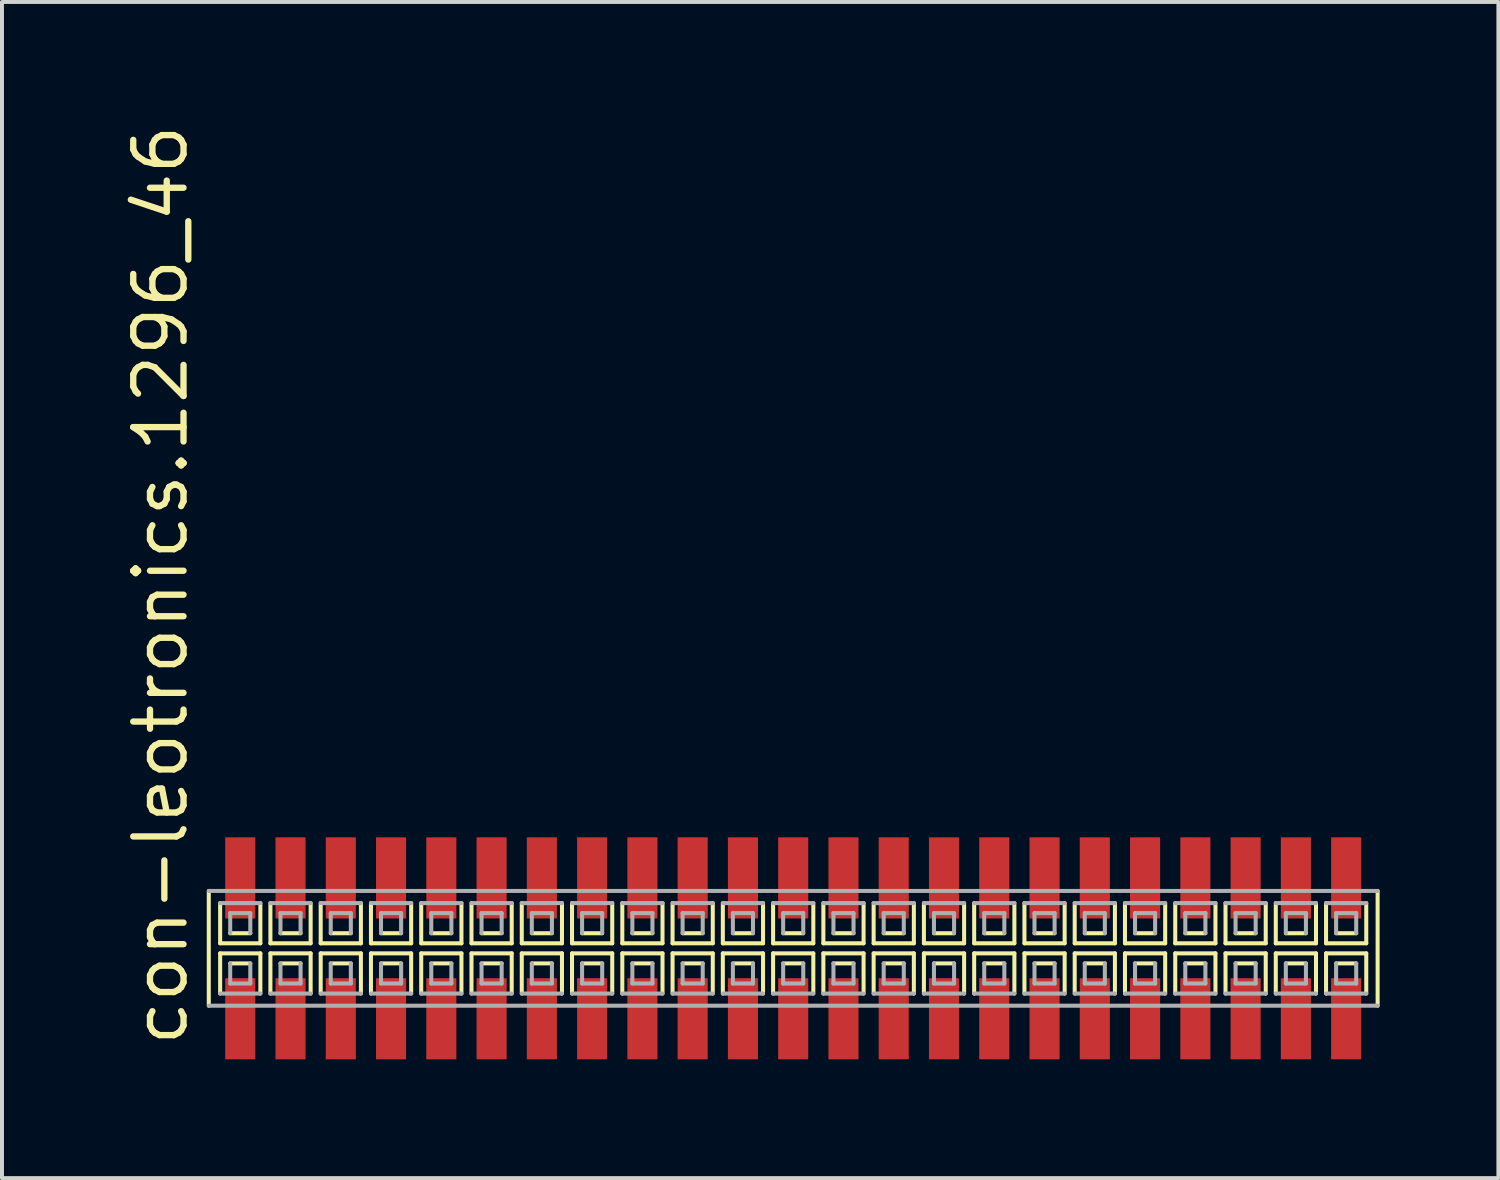
<source format=kicad_pcb>
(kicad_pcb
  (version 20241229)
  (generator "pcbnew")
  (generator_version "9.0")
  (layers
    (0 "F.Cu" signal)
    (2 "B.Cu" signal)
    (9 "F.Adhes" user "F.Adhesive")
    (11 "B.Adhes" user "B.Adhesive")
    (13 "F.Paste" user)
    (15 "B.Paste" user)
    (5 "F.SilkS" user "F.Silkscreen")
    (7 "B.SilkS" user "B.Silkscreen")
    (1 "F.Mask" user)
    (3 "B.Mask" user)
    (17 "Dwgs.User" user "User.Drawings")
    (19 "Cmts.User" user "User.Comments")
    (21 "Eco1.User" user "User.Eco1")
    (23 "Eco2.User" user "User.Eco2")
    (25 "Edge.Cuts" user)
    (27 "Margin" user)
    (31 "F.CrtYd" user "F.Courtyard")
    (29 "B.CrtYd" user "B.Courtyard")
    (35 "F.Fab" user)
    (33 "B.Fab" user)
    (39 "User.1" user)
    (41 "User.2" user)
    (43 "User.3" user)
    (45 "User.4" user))
  (footprint "con-leotronics.1296_46"
    (layer "F.Cu")
    (at 16.99 20.909)
    (property "Reference" "con-leotronics.1296_46" (at -15.24 2.54 90) (layer "F.SilkS") (effects (font (size 1.27 1.27) (thickness 0.16)) (justify left bottom)))
    (attr smd)
    (fp_line (start -14.765 -1.45) (end -14.765 1.45) (stroke (width 0.102) (type default)) (layer "F.SilkS"))
    (fp_line (start -14.478 -1.143) (end -14.478 -0.127) (stroke (width 0.102) (type default)) (layer "F.SilkS"))
    (fp_line (start -14.478 -0.127) (end -13.462 -0.127) (stroke (width 0.102) (type default)) (layer "F.SilkS"))
    (fp_line (start -14.478 0.127) (end -14.478 1.143) (stroke (width 0.102) (type default)) (layer "F.SilkS"))
    (fp_line (start -14.224 -0.381) (end -13.716 -0.381) (stroke (width 0.102) (type default)) (layer "F.SilkS"))
    (fp_line (start -13.716 0.381) (end -14.224 0.381) (stroke (width 0.102) (type default)) (layer "F.SilkS"))
    (fp_line (start -13.462 -0.127) (end -13.462 -1.143) (stroke (width 0.102) (type default)) (layer "F.SilkS"))
    (fp_line (start -13.462 0.127) (end -14.478 0.127) (stroke (width 0.102) (type default)) (layer "F.SilkS"))
    (fp_line (start -13.462 1.143) (end -13.462 0.127) (stroke (width 0.102) (type default)) (layer "F.SilkS"))
    (fp_line (start -13.208 -1.143) (end -13.208 -0.127) (stroke (width 0.102) (type default)) (layer "F.SilkS"))
    (fp_line (start -13.208 -0.127) (end -12.192 -0.127) (stroke (width 0.102) (type default)) (layer "F.SilkS"))
    (fp_line (start -13.208 0.127) (end -13.208 1.143) (stroke (width 0.102) (type default)) (layer "F.SilkS"))
    (fp_line (start -12.954 -0.381) (end -12.446 -0.381) (stroke (width 0.102) (type default)) (layer "F.SilkS"))
    (fp_line (start -12.446 0.381) (end -12.954 0.381) (stroke (width 0.102) (type default)) (layer "F.SilkS"))
    (fp_line (start -12.192 -0.127) (end -12.192 -1.143) (stroke (width 0.102) (type default)) (layer "F.SilkS"))
    (fp_line (start -12.192 0.127) (end -13.208 0.127) (stroke (width 0.102) (type default)) (layer "F.SilkS"))
    (fp_line (start -12.192 1.143) (end -12.192 0.127) (stroke (width 0.102) (type default)) (layer "F.SilkS"))
    (fp_line (start -11.938 -1.143) (end -11.938 -0.127) (stroke (width 0.102) (type default)) (layer "F.SilkS"))
    (fp_line (start -11.938 -0.127) (end -10.922 -0.127) (stroke (width 0.102) (type default)) (layer "F.SilkS"))
    (fp_line (start -11.938 0.127) (end -11.938 1.143) (stroke (width 0.102) (type default)) (layer "F.SilkS"))
    (fp_line (start -11.684 -0.381) (end -11.176 -0.381) (stroke (width 0.102) (type default)) (layer "F.SilkS"))
    (fp_line (start -11.176 0.381) (end -11.684 0.381) (stroke (width 0.102) (type default)) (layer "F.SilkS"))
    (fp_line (start -10.922 -0.127) (end -10.922 -1.143) (stroke (width 0.102) (type default)) (layer "F.SilkS"))
    (fp_line (start -10.922 0.127) (end -11.938 0.127) (stroke (width 0.102) (type default)) (layer "F.SilkS"))
    (fp_line (start -10.922 1.143) (end -10.922 0.127) (stroke (width 0.102) (type default)) (layer "F.SilkS"))
    (fp_line (start -10.668 -1.143) (end -10.668 -0.127) (stroke (width 0.102) (type default)) (layer "F.SilkS"))
    (fp_line (start -10.668 -0.127) (end -9.652 -0.127) (stroke (width 0.102) (type default)) (layer "F.SilkS"))
    (fp_line (start -10.668 0.127) (end -10.668 1.143) (stroke (width 0.102) (type default)) (layer "F.SilkS"))
    (fp_line (start -10.414 -0.381) (end -9.906 -0.381) (stroke (width 0.102) (type default)) (layer "F.SilkS"))
    (fp_line (start -9.906 0.381) (end -10.414 0.381) (stroke (width 0.102) (type default)) (layer "F.SilkS"))
    (fp_line (start -9.652 -0.127) (end -9.652 -1.143) (stroke (width 0.102) (type default)) (layer "F.SilkS"))
    (fp_line (start -9.652 0.127) (end -10.668 0.127) (stroke (width 0.102) (type default)) (layer "F.SilkS"))
    (fp_line (start -9.652 1.143) (end -9.652 0.127) (stroke (width 0.102) (type default)) (layer "F.SilkS"))
    (fp_line (start -9.398 -1.143) (end -9.398 -0.127) (stroke (width 0.102) (type default)) (layer "F.SilkS"))
    (fp_line (start -9.398 -0.127) (end -8.382 -0.127) (stroke (width 0.102) (type default)) (layer "F.SilkS"))
    (fp_line (start -9.398 0.127) (end -9.398 1.143) (stroke (width 0.102) (type default)) (layer "F.SilkS"))
    (fp_line (start -9.144 -0.381) (end -8.636 -0.381) (stroke (width 0.102) (type default)) (layer "F.SilkS"))
    (fp_line (start -8.636 0.381) (end -9.144 0.381) (stroke (width 0.102) (type default)) (layer "F.SilkS"))
    (fp_line (start -8.382 -0.127) (end -8.382 -1.143) (stroke (width 0.102) (type default)) (layer "F.SilkS"))
    (fp_line (start -8.382 0.127) (end -9.398 0.127) (stroke (width 0.102) (type default)) (layer "F.SilkS"))
    (fp_line (start -8.382 1.143) (end -8.382 0.127) (stroke (width 0.102) (type default)) (layer "F.SilkS"))
    (fp_line (start -8.128 -1.143) (end -8.128 -0.127) (stroke (width 0.102) (type default)) (layer "F.SilkS"))
    (fp_line (start -8.128 -0.127) (end -7.112 -0.127) (stroke (width 0.102) (type default)) (layer "F.SilkS"))
    (fp_line (start -8.128 0.127) (end -8.128 1.143) (stroke (width 0.102) (type default)) (layer "F.SilkS"))
    (fp_line (start -7.874 -0.381) (end -7.366 -0.381) (stroke (width 0.102) (type default)) (layer "F.SilkS"))
    (fp_line (start -7.366 0.381) (end -7.874 0.381) (stroke (width 0.102) (type default)) (layer "F.SilkS"))
    (fp_line (start -7.112 -0.127) (end -7.112 -1.143) (stroke (width 0.102) (type default)) (layer "F.SilkS"))
    (fp_line (start -7.112 0.127) (end -8.128 0.127) (stroke (width 0.102) (type default)) (layer "F.SilkS"))
    (fp_line (start -7.112 1.143) (end -7.112 0.127) (stroke (width 0.102) (type default)) (layer "F.SilkS"))
    (fp_line (start -6.858 -1.143) (end -6.858 -0.127) (stroke (width 0.102) (type default)) (layer "F.SilkS"))
    (fp_line (start -6.858 -0.127) (end -5.842 -0.127) (stroke (width 0.102) (type default)) (layer "F.SilkS"))
    (fp_line (start -6.858 0.127) (end -6.858 1.143) (stroke (width 0.102) (type default)) (layer "F.SilkS"))
    (fp_line (start -6.604 -0.381) (end -6.096 -0.381) (stroke (width 0.102) (type default)) (layer "F.SilkS"))
    (fp_line (start -6.096 0.381) (end -6.604 0.381) (stroke (width 0.102) (type default)) (layer "F.SilkS"))
    (fp_line (start -5.842 -0.127) (end -5.842 -1.143) (stroke (width 0.102) (type default)) (layer "F.SilkS"))
    (fp_line (start -5.842 0.127) (end -6.858 0.127) (stroke (width 0.102) (type default)) (layer "F.SilkS"))
    (fp_line (start -5.842 1.143) (end -5.842 0.127) (stroke (width 0.102) (type default)) (layer "F.SilkS"))
    (fp_line (start -5.588 -1.143) (end -5.588 -0.127) (stroke (width 0.102) (type default)) (layer "F.SilkS"))
    (fp_line (start -5.588 -0.127) (end -4.572 -0.127) (stroke (width 0.102) (type default)) (layer "F.SilkS"))
    (fp_line (start -5.588 0.127) (end -5.588 1.143) (stroke (width 0.102) (type default)) (layer "F.SilkS"))
    (fp_line (start -5.334 -0.381) (end -4.826 -0.381) (stroke (width 0.102) (type default)) (layer "F.SilkS"))
    (fp_line (start -4.826 0.381) (end -5.334 0.381) (stroke (width 0.102) (type default)) (layer "F.SilkS"))
    (fp_line (start -4.572 -0.127) (end -4.572 -1.143) (stroke (width 0.102) (type default)) (layer "F.SilkS"))
    (fp_line (start -4.572 0.127) (end -5.588 0.127) (stroke (width 0.102) (type default)) (layer "F.SilkS"))
    (fp_line (start -4.572 1.143) (end -4.572 0.127) (stroke (width 0.102) (type default)) (layer "F.SilkS"))
    (fp_line (start -4.318 -1.143) (end -4.318 -0.127) (stroke (width 0.102) (type default)) (layer "F.SilkS"))
    (fp_line (start -4.318 -0.127) (end -3.302 -0.127) (stroke (width 0.102) (type default)) (layer "F.SilkS"))
    (fp_line (start -4.318 0.127) (end -4.318 1.143) (stroke (width 0.102) (type default)) (layer "F.SilkS"))
    (fp_line (start -4.064 -0.381) (end -3.556 -0.381) (stroke (width 0.102) (type default)) (layer "F.SilkS"))
    (fp_line (start -3.556 0.381) (end -4.064 0.381) (stroke (width 0.102) (type default)) (layer "F.SilkS"))
    (fp_line (start -3.302 -0.127) (end -3.302 -1.143) (stroke (width 0.102) (type default)) (layer "F.SilkS"))
    (fp_line (start -3.302 0.127) (end -4.318 0.127) (stroke (width 0.102) (type default)) (layer "F.SilkS"))
    (fp_line (start -3.302 1.143) (end -3.302 0.127) (stroke (width 0.102) (type default)) (layer "F.SilkS"))
    (fp_line (start -3.048 -1.143) (end -3.048 -0.127) (stroke (width 0.102) (type default)) (layer "F.SilkS"))
    (fp_line (start -3.048 -0.127) (end -2.032 -0.127) (stroke (width 0.102) (type default)) (layer "F.SilkS"))
    (fp_line (start -3.048 0.127) (end -3.048 1.143) (stroke (width 0.102) (type default)) (layer "F.SilkS"))
    (fp_line (start -2.794 -0.381) (end -2.286 -0.381) (stroke (width 0.102) (type default)) (layer "F.SilkS"))
    (fp_line (start -2.286 0.381) (end -2.794 0.381) (stroke (width 0.102) (type default)) (layer "F.SilkS"))
    (fp_line (start -2.032 -0.127) (end -2.032 -1.143) (stroke (width 0.102) (type default)) (layer "F.SilkS"))
    (fp_line (start -2.032 0.127) (end -3.048 0.127) (stroke (width 0.102) (type default)) (layer "F.SilkS"))
    (fp_line (start -2.032 1.143) (end -2.032 0.127) (stroke (width 0.102) (type default)) (layer "F.SilkS"))
    (fp_line (start -1.778 -1.143) (end -1.778 -0.127) (stroke (width 0.102) (type default)) (layer "F.SilkS"))
    (fp_line (start -1.778 -0.127) (end -0.762 -0.127) (stroke (width 0.102) (type default)) (layer "F.SilkS"))
    (fp_line (start -1.778 0.127) (end -1.778 1.143) (stroke (width 0.102) (type default)) (layer "F.SilkS"))
    (fp_line (start -1.524 -0.381) (end -1.016 -0.381) (stroke (width 0.102) (type default)) (layer "F.SilkS"))
    (fp_line (start -1.016 0.381) (end -1.524 0.381) (stroke (width 0.102) (type default)) (layer "F.SilkS"))
    (fp_line (start -0.762 -0.127) (end -0.762 -1.143) (stroke (width 0.102) (type default)) (layer "F.SilkS"))
    (fp_line (start -0.762 0.127) (end -1.778 0.127) (stroke (width 0.102) (type default)) (layer "F.SilkS"))
    (fp_line (start -0.762 1.143) (end -0.762 0.127) (stroke (width 0.102) (type default)) (layer "F.SilkS"))
    (fp_line (start -0.508 -1.143) (end -0.508 -0.127) (stroke (width 0.102) (type default)) (layer "F.SilkS"))
    (fp_line (start -0.508 -0.127) (end 0.508 -0.127) (stroke (width 0.102) (type default)) (layer "F.SilkS"))
    (fp_line (start -0.508 0.127) (end -0.508 1.143) (stroke (width 0.102) (type default)) (layer "F.SilkS"))
    (fp_line (start -0.254 -0.381) (end 0.254 -0.381) (stroke (width 0.102) (type default)) (layer "F.SilkS"))
    (fp_line (start 0.254 0.381) (end -0.254 0.381) (stroke (width 0.102) (type default)) (layer "F.SilkS"))
    (fp_line (start 0.508 -0.127) (end 0.508 -1.143) (stroke (width 0.102) (type default)) (layer "F.SilkS"))
    (fp_line (start 0.508 0.127) (end -0.508 0.127) (stroke (width 0.102) (type default)) (layer "F.SilkS"))
    (fp_line (start 0.508 1.143) (end 0.508 0.127) (stroke (width 0.102) (type default)) (layer "F.SilkS"))
    (fp_line (start 0.762 -1.143) (end 0.762 -0.127) (stroke (width 0.102) (type default)) (layer "F.SilkS"))
    (fp_line (start 0.762 -0.127) (end 1.778 -0.127) (stroke (width 0.102) (type default)) (layer "F.SilkS"))
    (fp_line (start 0.762 0.127) (end 0.762 1.143) (stroke (width 0.102) (type default)) (layer "F.SilkS"))
    (fp_line (start 1.016 -0.381) (end 1.524 -0.381) (stroke (width 0.102) (type default)) (layer "F.SilkS"))
    (fp_line (start 1.524 0.381) (end 1.016 0.381) (stroke (width 0.102) (type default)) (layer "F.SilkS"))
    (fp_line (start 1.778 -0.127) (end 1.778 -1.143) (stroke (width 0.102) (type default)) (layer "F.SilkS"))
    (fp_line (start 1.778 0.127) (end 0.762 0.127) (stroke (width 0.102) (type default)) (layer "F.SilkS"))
    (fp_line (start 1.778 1.143) (end 1.778 0.127) (stroke (width 0.102) (type default)) (layer "F.SilkS"))
    (fp_line (start 2.032 -1.143) (end 2.032 -0.127) (stroke (width 0.102) (type default)) (layer "F.SilkS"))
    (fp_line (start 2.032 -0.127) (end 3.048 -0.127) (stroke (width 0.102) (type default)) (layer "F.SilkS"))
    (fp_line (start 2.032 0.127) (end 2.032 1.143) (stroke (width 0.102) (type default)) (layer "F.SilkS"))
    (fp_line (start 2.286 -0.381) (end 2.794 -0.381) (stroke (width 0.102) (type default)) (layer "F.SilkS"))
    (fp_line (start 2.794 0.381) (end 2.286 0.381) (stroke (width 0.102) (type default)) (layer "F.SilkS"))
    (fp_line (start 3.048 -0.127) (end 3.048 -1.143) (stroke (width 0.102) (type default)) (layer "F.SilkS"))
    (fp_line (start 3.048 0.127) (end 2.032 0.127) (stroke (width 0.102) (type default)) (layer "F.SilkS"))
    (fp_line (start 3.048 1.143) (end 3.048 0.127) (stroke (width 0.102) (type default)) (layer "F.SilkS"))
    (fp_line (start 3.302 -1.143) (end 3.302 -0.127) (stroke (width 0.102) (type default)) (layer "F.SilkS"))
    (fp_line (start 3.302 -0.127) (end 4.318 -0.127) (stroke (width 0.102) (type default)) (layer "F.SilkS"))
    (fp_line (start 3.302 0.127) (end 3.302 1.143) (stroke (width 0.102) (type default)) (layer "F.SilkS"))
    (fp_line (start 3.556 -0.381) (end 4.064 -0.381) (stroke (width 0.102) (type default)) (layer "F.SilkS"))
    (fp_line (start 4.064 0.381) (end 3.556 0.381) (stroke (width 0.102) (type default)) (layer "F.SilkS"))
    (fp_line (start 4.318 -0.127) (end 4.318 -1.143) (stroke (width 0.102) (type default)) (layer "F.SilkS"))
    (fp_line (start 4.318 0.127) (end 3.302 0.127) (stroke (width 0.102) (type default)) (layer "F.SilkS"))
    (fp_line (start 4.318 1.143) (end 4.318 0.127) (stroke (width 0.102) (type default)) (layer "F.SilkS"))
    (fp_line (start 4.572 -1.143) (end 4.572 -0.127) (stroke (width 0.102) (type default)) (layer "F.SilkS"))
    (fp_line (start 4.572 -0.127) (end 5.588 -0.127) (stroke (width 0.102) (type default)) (layer "F.SilkS"))
    (fp_line (start 4.572 0.127) (end 4.572 1.143) (stroke (width 0.102) (type default)) (layer "F.SilkS"))
    (fp_line (start 4.826 -0.381) (end 5.334 -0.381) (stroke (width 0.102) (type default)) (layer "F.SilkS"))
    (fp_line (start 5.334 0.381) (end 4.826 0.381) (stroke (width 0.102) (type default)) (layer "F.SilkS"))
    (fp_line (start 5.588 -0.127) (end 5.588 -1.143) (stroke (width 0.102) (type default)) (layer "F.SilkS"))
    (fp_line (start 5.588 0.127) (end 4.572 0.127) (stroke (width 0.102) (type default)) (layer "F.SilkS"))
    (fp_line (start 5.588 1.143) (end 5.588 0.127) (stroke (width 0.102) (type default)) (layer "F.SilkS"))
    (fp_line (start 5.842 -1.143) (end 5.842 -0.127) (stroke (width 0.102) (type default)) (layer "F.SilkS"))
    (fp_line (start 5.842 -0.127) (end 6.858 -0.127) (stroke (width 0.102) (type default)) (layer "F.SilkS"))
    (fp_line (start 5.842 0.127) (end 5.842 1.143) (stroke (width 0.102) (type default)) (layer "F.SilkS"))
    (fp_line (start 6.096 -0.381) (end 6.604 -0.381) (stroke (width 0.102) (type default)) (layer "F.SilkS"))
    (fp_line (start 6.604 0.381) (end 6.096 0.381) (stroke (width 0.102) (type default)) (layer "F.SilkS"))
    (fp_line (start 6.858 -0.127) (end 6.858 -1.143) (stroke (width 0.102) (type default)) (layer "F.SilkS"))
    (fp_line (start 6.858 0.127) (end 5.842 0.127) (stroke (width 0.102) (type default)) (layer "F.SilkS"))
    (fp_line (start 6.858 1.143) (end 6.858 0.127) (stroke (width 0.102) (type default)) (layer "F.SilkS"))
    (fp_line (start 7.112 -1.143) (end 7.112 -0.127) (stroke (width 0.102) (type default)) (layer "F.SilkS"))
    (fp_line (start 7.112 -0.127) (end 8.128 -0.127) (stroke (width 0.102) (type default)) (layer "F.SilkS"))
    (fp_line (start 7.112 0.127) (end 7.112 1.143) (stroke (width 0.102) (type default)) (layer "F.SilkS"))
    (fp_line (start 7.366 -0.381) (end 7.874 -0.381) (stroke (width 0.102) (type default)) (layer "F.SilkS"))
    (fp_line (start 7.874 0.381) (end 7.366 0.381) (stroke (width 0.102) (type default)) (layer "F.SilkS"))
    (fp_line (start 8.128 -0.127) (end 8.128 -1.143) (stroke (width 0.102) (type default)) (layer "F.SilkS"))
    (fp_line (start 8.128 0.127) (end 7.112 0.127) (stroke (width 0.102) (type default)) (layer "F.SilkS"))
    (fp_line (start 8.128 1.143) (end 8.128 0.127) (stroke (width 0.102) (type default)) (layer "F.SilkS"))
    (fp_line (start 8.382 -1.143) (end 8.382 -0.127) (stroke (width 0.102) (type default)) (layer "F.SilkS"))
    (fp_line (start 8.382 -0.127) (end 9.398 -0.127) (stroke (width 0.102) (type default)) (layer "F.SilkS"))
    (fp_line (start 8.382 0.127) (end 8.382 1.143) (stroke (width 0.102) (type default)) (layer "F.SilkS"))
    (fp_line (start 8.636 -0.381) (end 9.144 -0.381) (stroke (width 0.102) (type default)) (layer "F.SilkS"))
    (fp_line (start 9.144 0.381) (end 8.636 0.381) (stroke (width 0.102) (type default)) (layer "F.SilkS"))
    (fp_line (start 9.398 -0.127) (end 9.398 -1.143) (stroke (width 0.102) (type default)) (layer "F.SilkS"))
    (fp_line (start 9.398 0.127) (end 8.382 0.127) (stroke (width 0.102) (type default)) (layer "F.SilkS"))
    (fp_line (start 9.398 1.143) (end 9.398 0.127) (stroke (width 0.102) (type default)) (layer "F.SilkS"))
    (fp_line (start 9.652 -1.143) (end 9.652 -0.127) (stroke (width 0.102) (type default)) (layer "F.SilkS"))
    (fp_line (start 9.652 -0.127) (end 10.668 -0.127) (stroke (width 0.102) (type default)) (layer "F.SilkS"))
    (fp_line (start 9.652 0.127) (end 9.652 1.143) (stroke (width 0.102) (type default)) (layer "F.SilkS"))
    (fp_line (start 9.906 -0.381) (end 10.414 -0.381) (stroke (width 0.102) (type default)) (layer "F.SilkS"))
    (fp_line (start 10.414 0.381) (end 9.906 0.381) (stroke (width 0.102) (type default)) (layer "F.SilkS"))
    (fp_line (start 10.668 -0.127) (end 10.668 -1.143) (stroke (width 0.102) (type default)) (layer "F.SilkS"))
    (fp_line (start 10.668 0.127) (end 9.652 0.127) (stroke (width 0.102) (type default)) (layer "F.SilkS"))
    (fp_line (start 10.668 1.143) (end 10.668 0.127) (stroke (width 0.102) (type default)) (layer "F.SilkS"))
    (fp_line (start 10.922 -1.143) (end 10.922 -0.127) (stroke (width 0.102) (type default)) (layer "F.SilkS"))
    (fp_line (start 10.922 -0.127) (end 11.938 -0.127) (stroke (width 0.102) (type default)) (layer "F.SilkS"))
    (fp_line (start 10.922 0.127) (end 10.922 1.143) (stroke (width 0.102) (type default)) (layer "F.SilkS"))
    (fp_line (start 11.176 -0.381) (end 11.684 -0.381) (stroke (width 0.102) (type default)) (layer "F.SilkS"))
    (fp_line (start 11.684 0.381) (end 11.176 0.381) (stroke (width 0.102) (type default)) (layer "F.SilkS"))
    (fp_line (start 11.938 -0.127) (end 11.938 -1.143) (stroke (width 0.102) (type default)) (layer "F.SilkS"))
    (fp_line (start 11.938 0.127) (end 10.922 0.127) (stroke (width 0.102) (type default)) (layer "F.SilkS"))
    (fp_line (start 11.938 1.143) (end 11.938 0.127) (stroke (width 0.102) (type default)) (layer "F.SilkS"))
    (fp_line (start 12.192 -1.143) (end 12.192 -0.127) (stroke (width 0.102) (type default)) (layer "F.SilkS"))
    (fp_line (start 12.192 -0.127) (end 13.208 -0.127) (stroke (width 0.102) (type default)) (layer "F.SilkS"))
    (fp_line (start 12.192 0.127) (end 12.192 1.143) (stroke (width 0.102) (type default)) (layer "F.SilkS"))
    (fp_line (start 12.446 -0.381) (end 12.954 -0.381) (stroke (width 0.102) (type default)) (layer "F.SilkS"))
    (fp_line (start 12.954 0.381) (end 12.446 0.381) (stroke (width 0.102) (type default)) (layer "F.SilkS"))
    (fp_line (start 13.208 -0.127) (end 13.208 -1.143) (stroke (width 0.102) (type default)) (layer "F.SilkS"))
    (fp_line (start 13.208 0.127) (end 12.192 0.127) (stroke (width 0.102) (type default)) (layer "F.SilkS"))
    (fp_line (start 13.208 1.143) (end 13.208 0.127) (stroke (width 0.102) (type default)) (layer "F.SilkS"))
    (fp_line (start 13.462 -1.143) (end 13.462 -0.127) (stroke (width 0.102) (type default)) (layer "F.SilkS"))
    (fp_line (start 13.462 -0.127) (end 14.478 -0.127) (stroke (width 0.102) (type default)) (layer "F.SilkS"))
    (fp_line (start 13.462 0.127) (end 13.462 1.143) (stroke (width 0.102) (type default)) (layer "F.SilkS"))
    (fp_line (start 13.716 -0.381) (end 14.224 -0.381) (stroke (width 0.102) (type default)) (layer "F.SilkS"))
    (fp_line (start 14.224 0.381) (end 13.716 0.381) (stroke (width 0.102) (type default)) (layer "F.SilkS"))
    (fp_line (start 14.478 -0.127) (end 14.478 -1.143) (stroke (width 0.102) (type default)) (layer "F.SilkS"))
    (fp_line (start 14.478 0.127) (end 13.462 0.127) (stroke (width 0.102) (type default)) (layer "F.SilkS"))
    (fp_line (start 14.478 1.143) (end 14.478 0.127) (stroke (width 0.102) (type default)) (layer "F.SilkS"))
    (fp_line (start 14.765 1.45) (end 14.765 -1.45) (stroke (width 0.102) (type default)) (layer "F.SilkS"))
    (fp_line (start -14.765 1.45) (end 14.765 1.45) (stroke (width 0.102) (type default)) (layer "F.Fab"))
    (fp_line (start -14.478 1.143) (end -13.462 1.143) (stroke (width 0.102) (type default)) (layer "F.Fab"))
    (fp_line (start -14.224 -0.889) (end -14.224 -0.381) (stroke (width 0.102) (type default)) (layer "F.Fab"))
    (fp_line (start -14.224 0.381) (end -14.224 0.889) (stroke (width 0.102) (type default)) (layer "F.Fab"))
    (fp_line (start -14.224 0.889) (end -13.716 0.889) (stroke (width 0.102) (type default)) (layer "F.Fab"))
    (fp_line (start -13.716 -0.889) (end -14.224 -0.889) (stroke (width 0.102) (type default)) (layer "F.Fab"))
    (fp_line (start -13.716 -0.381) (end -13.716 -0.889) (stroke (width 0.102) (type default)) (layer "F.Fab"))
    (fp_line (start -13.716 0.889) (end -13.716 0.381) (stroke (width 0.102) (type default)) (layer "F.Fab"))
    (fp_line (start -13.462 -1.143) (end -14.478 -1.143) (stroke (width 0.102) (type default)) (layer "F.Fab"))
    (fp_line (start -13.208 1.143) (end -12.192 1.143) (stroke (width 0.102) (type default)) (layer "F.Fab"))
    (fp_line (start -12.954 -0.889) (end -12.954 -0.381) (stroke (width 0.102) (type default)) (layer "F.Fab"))
    (fp_line (start -12.954 0.381) (end -12.954 0.889) (stroke (width 0.102) (type default)) (layer "F.Fab"))
    (fp_line (start -12.954 0.889) (end -12.446 0.889) (stroke (width 0.102) (type default)) (layer "F.Fab"))
    (fp_line (start -12.446 -0.889) (end -12.954 -0.889) (stroke (width 0.102) (type default)) (layer "F.Fab"))
    (fp_line (start -12.446 -0.381) (end -12.446 -0.889) (stroke (width 0.102) (type default)) (layer "F.Fab"))
    (fp_line (start -12.446 0.889) (end -12.446 0.381) (stroke (width 0.102) (type default)) (layer "F.Fab"))
    (fp_line (start -12.192 -1.143) (end -13.208 -1.143) (stroke (width 0.102) (type default)) (layer "F.Fab"))
    (fp_line (start -11.938 1.143) (end -10.922 1.143) (stroke (width 0.102) (type default)) (layer "F.Fab"))
    (fp_line (start -11.684 -0.889) (end -11.684 -0.381) (stroke (width 0.102) (type default)) (layer "F.Fab"))
    (fp_line (start -11.684 0.381) (end -11.684 0.889) (stroke (width 0.102) (type default)) (layer "F.Fab"))
    (fp_line (start -11.684 0.889) (end -11.176 0.889) (stroke (width 0.102) (type default)) (layer "F.Fab"))
    (fp_line (start -11.176 -0.889) (end -11.684 -0.889) (stroke (width 0.102) (type default)) (layer "F.Fab"))
    (fp_line (start -11.176 -0.381) (end -11.176 -0.889) (stroke (width 0.102) (type default)) (layer "F.Fab"))
    (fp_line (start -11.176 0.889) (end -11.176 0.381) (stroke (width 0.102) (type default)) (layer "F.Fab"))
    (fp_line (start -10.922 -1.143) (end -11.938 -1.143) (stroke (width 0.102) (type default)) (layer "F.Fab"))
    (fp_line (start -10.668 1.143) (end -9.652 1.143) (stroke (width 0.102) (type default)) (layer "F.Fab"))
    (fp_line (start -10.414 -0.889) (end -10.414 -0.381) (stroke (width 0.102) (type default)) (layer "F.Fab"))
    (fp_line (start -10.414 0.381) (end -10.414 0.889) (stroke (width 0.102) (type default)) (layer "F.Fab"))
    (fp_line (start -10.414 0.889) (end -9.906 0.889) (stroke (width 0.102) (type default)) (layer "F.Fab"))
    (fp_line (start -9.906 -0.889) (end -10.414 -0.889) (stroke (width 0.102) (type default)) (layer "F.Fab"))
    (fp_line (start -9.906 -0.381) (end -9.906 -0.889) (stroke (width 0.102) (type default)) (layer "F.Fab"))
    (fp_line (start -9.906 0.889) (end -9.906 0.381) (stroke (width 0.102) (type default)) (layer "F.Fab"))
    (fp_line (start -9.652 -1.143) (end -10.668 -1.143) (stroke (width 0.102) (type default)) (layer "F.Fab"))
    (fp_line (start -9.398 1.143) (end -8.382 1.143) (stroke (width 0.102) (type default)) (layer "F.Fab"))
    (fp_line (start -9.144 -0.889) (end -9.144 -0.381) (stroke (width 0.102) (type default)) (layer "F.Fab"))
    (fp_line (start -9.144 0.381) (end -9.144 0.889) (stroke (width 0.102) (type default)) (layer "F.Fab"))
    (fp_line (start -9.144 0.889) (end -8.636 0.889) (stroke (width 0.102) (type default)) (layer "F.Fab"))
    (fp_line (start -8.636 -0.889) (end -9.144 -0.889) (stroke (width 0.102) (type default)) (layer "F.Fab"))
    (fp_line (start -8.636 -0.381) (end -8.636 -0.889) (stroke (width 0.102) (type default)) (layer "F.Fab"))
    (fp_line (start -8.636 0.889) (end -8.636 0.381) (stroke (width 0.102) (type default)) (layer "F.Fab"))
    (fp_line (start -8.382 -1.143) (end -9.398 -1.143) (stroke (width 0.102) (type default)) (layer "F.Fab"))
    (fp_line (start -8.128 1.143) (end -7.112 1.143) (stroke (width 0.102) (type default)) (layer "F.Fab"))
    (fp_line (start -7.874 -0.889) (end -7.874 -0.381) (stroke (width 0.102) (type default)) (layer "F.Fab"))
    (fp_line (start -7.874 0.381) (end -7.874 0.889) (stroke (width 0.102) (type default)) (layer "F.Fab"))
    (fp_line (start -7.874 0.889) (end -7.366 0.889) (stroke (width 0.102) (type default)) (layer "F.Fab"))
    (fp_line (start -7.366 -0.889) (end -7.874 -0.889) (stroke (width 0.102) (type default)) (layer "F.Fab"))
    (fp_line (start -7.366 -0.381) (end -7.366 -0.889) (stroke (width 0.102) (type default)) (layer "F.Fab"))
    (fp_line (start -7.366 0.889) (end -7.366 0.381) (stroke (width 0.102) (type default)) (layer "F.Fab"))
    (fp_line (start -7.112 -1.143) (end -8.128 -1.143) (stroke (width 0.102) (type default)) (layer "F.Fab"))
    (fp_line (start -6.858 1.143) (end -5.842 1.143) (stroke (width 0.102) (type default)) (layer "F.Fab"))
    (fp_line (start -6.604 -0.889) (end -6.604 -0.381) (stroke (width 0.102) (type default)) (layer "F.Fab"))
    (fp_line (start -6.604 0.381) (end -6.604 0.889) (stroke (width 0.102) (type default)) (layer "F.Fab"))
    (fp_line (start -6.604 0.889) (end -6.096 0.889) (stroke (width 0.102) (type default)) (layer "F.Fab"))
    (fp_line (start -6.096 -0.889) (end -6.604 -0.889) (stroke (width 0.102) (type default)) (layer "F.Fab"))
    (fp_line (start -6.096 -0.381) (end -6.096 -0.889) (stroke (width 0.102) (type default)) (layer "F.Fab"))
    (fp_line (start -6.096 0.889) (end -6.096 0.381) (stroke (width 0.102) (type default)) (layer "F.Fab"))
    (fp_line (start -5.842 -1.143) (end -6.858 -1.143) (stroke (width 0.102) (type default)) (layer "F.Fab"))
    (fp_line (start -5.588 1.143) (end -4.572 1.143) (stroke (width 0.102) (type default)) (layer "F.Fab"))
    (fp_line (start -5.334 -0.889) (end -5.334 -0.381) (stroke (width 0.102) (type default)) (layer "F.Fab"))
    (fp_line (start -5.334 0.381) (end -5.334 0.889) (stroke (width 0.102) (type default)) (layer "F.Fab"))
    (fp_line (start -5.334 0.889) (end -4.826 0.889) (stroke (width 0.102) (type default)) (layer "F.Fab"))
    (fp_line (start -4.826 -0.889) (end -5.334 -0.889) (stroke (width 0.102) (type default)) (layer "F.Fab"))
    (fp_line (start -4.826 -0.381) (end -4.826 -0.889) (stroke (width 0.102) (type default)) (layer "F.Fab"))
    (fp_line (start -4.826 0.889) (end -4.826 0.381) (stroke (width 0.102) (type default)) (layer "F.Fab"))
    (fp_line (start -4.572 -1.143) (end -5.588 -1.143) (stroke (width 0.102) (type default)) (layer "F.Fab"))
    (fp_line (start -4.318 1.143) (end -3.302 1.143) (stroke (width 0.102) (type default)) (layer "F.Fab"))
    (fp_line (start -4.064 -0.889) (end -4.064 -0.381) (stroke (width 0.102) (type default)) (layer "F.Fab"))
    (fp_line (start -4.064 0.381) (end -4.064 0.889) (stroke (width 0.102) (type default)) (layer "F.Fab"))
    (fp_line (start -4.064 0.889) (end -3.556 0.889) (stroke (width 0.102) (type default)) (layer "F.Fab"))
    (fp_line (start -3.556 -0.889) (end -4.064 -0.889) (stroke (width 0.102) (type default)) (layer "F.Fab"))
    (fp_line (start -3.556 -0.381) (end -3.556 -0.889) (stroke (width 0.102) (type default)) (layer "F.Fab"))
    (fp_line (start -3.556 0.889) (end -3.556 0.381) (stroke (width 0.102) (type default)) (layer "F.Fab"))
    (fp_line (start -3.302 -1.143) (end -4.318 -1.143) (stroke (width 0.102) (type default)) (layer "F.Fab"))
    (fp_line (start -3.048 1.143) (end -2.032 1.143) (stroke (width 0.102) (type default)) (layer "F.Fab"))
    (fp_line (start -2.794 -0.889) (end -2.794 -0.381) (stroke (width 0.102) (type default)) (layer "F.Fab"))
    (fp_line (start -2.794 0.381) (end -2.794 0.889) (stroke (width 0.102) (type default)) (layer "F.Fab"))
    (fp_line (start -2.794 0.889) (end -2.286 0.889) (stroke (width 0.102) (type default)) (layer "F.Fab"))
    (fp_line (start -2.286 -0.889) (end -2.794 -0.889) (stroke (width 0.102) (type default)) (layer "F.Fab"))
    (fp_line (start -2.286 -0.381) (end -2.286 -0.889) (stroke (width 0.102) (type default)) (layer "F.Fab"))
    (fp_line (start -2.286 0.889) (end -2.286 0.381) (stroke (width 0.102) (type default)) (layer "F.Fab"))
    (fp_line (start -2.032 -1.143) (end -3.048 -1.143) (stroke (width 0.102) (type default)) (layer "F.Fab"))
    (fp_line (start -1.778 1.143) (end -0.762 1.143) (stroke (width 0.102) (type default)) (layer "F.Fab"))
    (fp_line (start -1.524 -0.889) (end -1.524 -0.381) (stroke (width 0.102) (type default)) (layer "F.Fab"))
    (fp_line (start -1.524 0.381) (end -1.524 0.889) (stroke (width 0.102) (type default)) (layer "F.Fab"))
    (fp_line (start -1.524 0.889) (end -1.016 0.889) (stroke (width 0.102) (type default)) (layer "F.Fab"))
    (fp_line (start -1.016 -0.889) (end -1.524 -0.889) (stroke (width 0.102) (type default)) (layer "F.Fab"))
    (fp_line (start -1.016 -0.381) (end -1.016 -0.889) (stroke (width 0.102) (type default)) (layer "F.Fab"))
    (fp_line (start -1.016 0.889) (end -1.016 0.381) (stroke (width 0.102) (type default)) (layer "F.Fab"))
    (fp_line (start -0.762 -1.143) (end -1.778 -1.143) (stroke (width 0.102) (type default)) (layer "F.Fab"))
    (fp_line (start -0.508 1.143) (end 0.508 1.143) (stroke (width 0.102) (type default)) (layer "F.Fab"))
    (fp_line (start -0.254 -0.889) (end -0.254 -0.381) (stroke (width 0.102) (type default)) (layer "F.Fab"))
    (fp_line (start -0.254 0.381) (end -0.254 0.889) (stroke (width 0.102) (type default)) (layer "F.Fab"))
    (fp_line (start -0.254 0.889) (end 0.254 0.889) (stroke (width 0.102) (type default)) (layer "F.Fab"))
    (fp_line (start 0.254 -0.889) (end -0.254 -0.889) (stroke (width 0.102) (type default)) (layer "F.Fab"))
    (fp_line (start 0.254 -0.381) (end 0.254 -0.889) (stroke (width 0.102) (type default)) (layer "F.Fab"))
    (fp_line (start 0.254 0.889) (end 0.254 0.381) (stroke (width 0.102) (type default)) (layer "F.Fab"))
    (fp_line (start 0.508 -1.143) (end -0.508 -1.143) (stroke (width 0.102) (type default)) (layer "F.Fab"))
    (fp_line (start 0.762 1.143) (end 1.778 1.143) (stroke (width 0.102) (type default)) (layer "F.Fab"))
    (fp_line (start 1.016 -0.889) (end 1.016 -0.381) (stroke (width 0.102) (type default)) (layer "F.Fab"))
    (fp_line (start 1.016 0.381) (end 1.016 0.889) (stroke (width 0.102) (type default)) (layer "F.Fab"))
    (fp_line (start 1.016 0.889) (end 1.524 0.889) (stroke (width 0.102) (type default)) (layer "F.Fab"))
    (fp_line (start 1.524 -0.889) (end 1.016 -0.889) (stroke (width 0.102) (type default)) (layer "F.Fab"))
    (fp_line (start 1.524 -0.381) (end 1.524 -0.889) (stroke (width 0.102) (type default)) (layer "F.Fab"))
    (fp_line (start 1.524 0.889) (end 1.524 0.381) (stroke (width 0.102) (type default)) (layer "F.Fab"))
    (fp_line (start 1.778 -1.143) (end 0.762 -1.143) (stroke (width 0.102) (type default)) (layer "F.Fab"))
    (fp_line (start 2.032 1.143) (end 3.048 1.143) (stroke (width 0.102) (type default)) (layer "F.Fab"))
    (fp_line (start 2.286 -0.889) (end 2.286 -0.381) (stroke (width 0.102) (type default)) (layer "F.Fab"))
    (fp_line (start 2.286 0.381) (end 2.286 0.889) (stroke (width 0.102) (type default)) (layer "F.Fab"))
    (fp_line (start 2.286 0.889) (end 2.794 0.889) (stroke (width 0.102) (type default)) (layer "F.Fab"))
    (fp_line (start 2.794 -0.889) (end 2.286 -0.889) (stroke (width 0.102) (type default)) (layer "F.Fab"))
    (fp_line (start 2.794 -0.381) (end 2.794 -0.889) (stroke (width 0.102) (type default)) (layer "F.Fab"))
    (fp_line (start 2.794 0.889) (end 2.794 0.381) (stroke (width 0.102) (type default)) (layer "F.Fab"))
    (fp_line (start 3.048 -1.143) (end 2.032 -1.143) (stroke (width 0.102) (type default)) (layer "F.Fab"))
    (fp_line (start 3.302 1.143) (end 4.318 1.143) (stroke (width 0.102) (type default)) (layer "F.Fab"))
    (fp_line (start 3.556 -0.889) (end 3.556 -0.381) (stroke (width 0.102) (type default)) (layer "F.Fab"))
    (fp_line (start 3.556 0.381) (end 3.556 0.889) (stroke (width 0.102) (type default)) (layer "F.Fab"))
    (fp_line (start 3.556 0.889) (end 4.064 0.889) (stroke (width 0.102) (type default)) (layer "F.Fab"))
    (fp_line (start 4.064 -0.889) (end 3.556 -0.889) (stroke (width 0.102) (type default)) (layer "F.Fab"))
    (fp_line (start 4.064 -0.381) (end 4.064 -0.889) (stroke (width 0.102) (type default)) (layer "F.Fab"))
    (fp_line (start 4.064 0.889) (end 4.064 0.381) (stroke (width 0.102) (type default)) (layer "F.Fab"))
    (fp_line (start 4.318 -1.143) (end 3.302 -1.143) (stroke (width 0.102) (type default)) (layer "F.Fab"))
    (fp_line (start 4.572 1.143) (end 5.588 1.143) (stroke (width 0.102) (type default)) (layer "F.Fab"))
    (fp_line (start 4.826 -0.889) (end 4.826 -0.381) (stroke (width 0.102) (type default)) (layer "F.Fab"))
    (fp_line (start 4.826 0.381) (end 4.826 0.889) (stroke (width 0.102) (type default)) (layer "F.Fab"))
    (fp_line (start 4.826 0.889) (end 5.334 0.889) (stroke (width 0.102) (type default)) (layer "F.Fab"))
    (fp_line (start 5.334 -0.889) (end 4.826 -0.889) (stroke (width 0.102) (type default)) (layer "F.Fab"))
    (fp_line (start 5.334 -0.381) (end 5.334 -0.889) (stroke (width 0.102) (type default)) (layer "F.Fab"))
    (fp_line (start 5.334 0.889) (end 5.334 0.381) (stroke (width 0.102) (type default)) (layer "F.Fab"))
    (fp_line (start 5.588 -1.143) (end 4.572 -1.143) (stroke (width 0.102) (type default)) (layer "F.Fab"))
    (fp_line (start 5.842 1.143) (end 6.858 1.143) (stroke (width 0.102) (type default)) (layer "F.Fab"))
    (fp_line (start 6.096 -0.889) (end 6.096 -0.381) (stroke (width 0.102) (type default)) (layer "F.Fab"))
    (fp_line (start 6.096 0.381) (end 6.096 0.889) (stroke (width 0.102) (type default)) (layer "F.Fab"))
    (fp_line (start 6.096 0.889) (end 6.604 0.889) (stroke (width 0.102) (type default)) (layer "F.Fab"))
    (fp_line (start 6.604 -0.889) (end 6.096 -0.889) (stroke (width 0.102) (type default)) (layer "F.Fab"))
    (fp_line (start 6.604 -0.381) (end 6.604 -0.889) (stroke (width 0.102) (type default)) (layer "F.Fab"))
    (fp_line (start 6.604 0.889) (end 6.604 0.381) (stroke (width 0.102) (type default)) (layer "F.Fab"))
    (fp_line (start 6.858 -1.143) (end 5.842 -1.143) (stroke (width 0.102) (type default)) (layer "F.Fab"))
    (fp_line (start 7.112 1.143) (end 8.128 1.143) (stroke (width 0.102) (type default)) (layer "F.Fab"))
    (fp_line (start 7.366 -0.889) (end 7.366 -0.381) (stroke (width 0.102) (type default)) (layer "F.Fab"))
    (fp_line (start 7.366 0.381) (end 7.366 0.889) (stroke (width 0.102) (type default)) (layer "F.Fab"))
    (fp_line (start 7.366 0.889) (end 7.874 0.889) (stroke (width 0.102) (type default)) (layer "F.Fab"))
    (fp_line (start 7.874 -0.889) (end 7.366 -0.889) (stroke (width 0.102) (type default)) (layer "F.Fab"))
    (fp_line (start 7.874 -0.381) (end 7.874 -0.889) (stroke (width 0.102) (type default)) (layer "F.Fab"))
    (fp_line (start 7.874 0.889) (end 7.874 0.381) (stroke (width 0.102) (type default)) (layer "F.Fab"))
    (fp_line (start 8.128 -1.143) (end 7.112 -1.143) (stroke (width 0.102) (type default)) (layer "F.Fab"))
    (fp_line (start 8.382 1.143) (end 9.398 1.143) (stroke (width 0.102) (type default)) (layer "F.Fab"))
    (fp_line (start 8.636 -0.889) (end 8.636 -0.381) (stroke (width 0.102) (type default)) (layer "F.Fab"))
    (fp_line (start 8.636 0.381) (end 8.636 0.889) (stroke (width 0.102) (type default)) (layer "F.Fab"))
    (fp_line (start 8.636 0.889) (end 9.144 0.889) (stroke (width 0.102) (type default)) (layer "F.Fab"))
    (fp_line (start 9.144 -0.889) (end 8.636 -0.889) (stroke (width 0.102) (type default)) (layer "F.Fab"))
    (fp_line (start 9.144 -0.381) (end 9.144 -0.889) (stroke (width 0.102) (type default)) (layer "F.Fab"))
    (fp_line (start 9.144 0.889) (end 9.144 0.381) (stroke (width 0.102) (type default)) (layer "F.Fab"))
    (fp_line (start 9.398 -1.143) (end 8.382 -1.143) (stroke (width 0.102) (type default)) (layer "F.Fab"))
    (fp_line (start 9.652 1.143) (end 10.668 1.143) (stroke (width 0.102) (type default)) (layer "F.Fab"))
    (fp_line (start 9.906 -0.889) (end 9.906 -0.381) (stroke (width 0.102) (type default)) (layer "F.Fab"))
    (fp_line (start 9.906 0.381) (end 9.906 0.889) (stroke (width 0.102) (type default)) (layer "F.Fab"))
    (fp_line (start 9.906 0.889) (end 10.414 0.889) (stroke (width 0.102) (type default)) (layer "F.Fab"))
    (fp_line (start 10.414 -0.889) (end 9.906 -0.889) (stroke (width 0.102) (type default)) (layer "F.Fab"))
    (fp_line (start 10.414 -0.381) (end 10.414 -0.889) (stroke (width 0.102) (type default)) (layer "F.Fab"))
    (fp_line (start 10.414 0.889) (end 10.414 0.381) (stroke (width 0.102) (type default)) (layer "F.Fab"))
    (fp_line (start 10.668 -1.143) (end 9.652 -1.143) (stroke (width 0.102) (type default)) (layer "F.Fab"))
    (fp_line (start 10.922 1.143) (end 11.938 1.143) (stroke (width 0.102) (type default)) (layer "F.Fab"))
    (fp_line (start 11.176 -0.889) (end 11.176 -0.381) (stroke (width 0.102) (type default)) (layer "F.Fab"))
    (fp_line (start 11.176 0.381) (end 11.176 0.889) (stroke (width 0.102) (type default)) (layer "F.Fab"))
    (fp_line (start 11.176 0.889) (end 11.684 0.889) (stroke (width 0.102) (type default)) (layer "F.Fab"))
    (fp_line (start 11.684 -0.889) (end 11.176 -0.889) (stroke (width 0.102) (type default)) (layer "F.Fab"))
    (fp_line (start 11.684 -0.381) (end 11.684 -0.889) (stroke (width 0.102) (type default)) (layer "F.Fab"))
    (fp_line (start 11.684 0.889) (end 11.684 0.381) (stroke (width 0.102) (type default)) (layer "F.Fab"))
    (fp_line (start 11.938 -1.143) (end 10.922 -1.143) (stroke (width 0.102) (type default)) (layer "F.Fab"))
    (fp_line (start 12.192 1.143) (end 13.208 1.143) (stroke (width 0.102) (type default)) (layer "F.Fab"))
    (fp_line (start 12.446 -0.889) (end 12.446 -0.381) (stroke (width 0.102) (type default)) (layer "F.Fab"))
    (fp_line (start 12.446 0.381) (end 12.446 0.889) (stroke (width 0.102) (type default)) (layer "F.Fab"))
    (fp_line (start 12.446 0.889) (end 12.954 0.889) (stroke (width 0.102) (type default)) (layer "F.Fab"))
    (fp_line (start 12.954 -0.889) (end 12.446 -0.889) (stroke (width 0.102) (type default)) (layer "F.Fab"))
    (fp_line (start 12.954 -0.381) (end 12.954 -0.889) (stroke (width 0.102) (type default)) (layer "F.Fab"))
    (fp_line (start 12.954 0.889) (end 12.954 0.381) (stroke (width 0.102) (type default)) (layer "F.Fab"))
    (fp_line (start 13.208 -1.143) (end 12.192 -1.143) (stroke (width 0.102) (type default)) (layer "F.Fab"))
    (fp_line (start 13.462 1.143) (end 14.478 1.143) (stroke (width 0.102) (type default)) (layer "F.Fab"))
    (fp_line (start 13.716 -0.889) (end 13.716 -0.381) (stroke (width 0.102) (type default)) (layer "F.Fab"))
    (fp_line (start 13.716 0.381) (end 13.716 0.889) (stroke (width 0.102) (type default)) (layer "F.Fab"))
    (fp_line (start 13.716 0.889) (end 14.224 0.889) (stroke (width 0.102) (type default)) (layer "F.Fab"))
    (fp_line (start 14.224 -0.889) (end 13.716 -0.889) (stroke (width 0.102) (type default)) (layer "F.Fab"))
    (fp_line (start 14.224 -0.381) (end 14.224 -0.889) (stroke (width 0.102) (type default)) (layer "F.Fab"))
    (fp_line (start 14.224 0.889) (end 14.224 0.381) (stroke (width 0.102) (type default)) (layer "F.Fab"))
    (fp_line (start 14.478 -1.143) (end 13.462 -1.143) (stroke (width 0.102) (type default)) (layer "F.Fab"))
    (fp_line (start 14.765 -1.45) (end -14.765 -1.45) (stroke (width 0.102) (type default)) (layer "F.Fab"))
    (pad "1" smd roundrect (at -13.97 1.78) (size 0.76 2.05) (layers "F.Cu" "F.Mask" "F.Paste") (roundrect_rratio 0.01))
    (pad "2" smd roundrect (at -13.97 -1.78) (size 0.76 2.05) (layers "F.Cu" "F.Mask" "F.Paste") (roundrect_rratio 0.01))
    (pad "3" smd roundrect (at -12.7 1.78) (size 0.76 2.05) (layers "F.Cu" "F.Mask" "F.Paste") (roundrect_rratio 0.01))
    (pad "4" smd roundrect (at -12.7 -1.78) (size 0.76 2.05) (layers "F.Cu" "F.Mask" "F.Paste") (roundrect_rratio 0.01))
    (pad "5" smd roundrect (at -11.43 1.78) (size 0.76 2.05) (layers "F.Cu" "F.Mask" "F.Paste") (roundrect_rratio 0.01))
    (pad "6" smd roundrect (at -11.43 -1.78) (size 0.76 2.05) (layers "F.Cu" "F.Mask" "F.Paste") (roundrect_rratio 0.01))
    (pad "7" smd roundrect (at -10.16 1.78) (size 0.76 2.05) (layers "F.Cu" "F.Mask" "F.Paste") (roundrect_rratio 0.01))
    (pad "8" smd roundrect (at -10.16 -1.78) (size 0.76 2.05) (layers "F.Cu" "F.Mask" "F.Paste") (roundrect_rratio 0.01))
    (pad "9" smd roundrect (at -8.89 1.78) (size 0.76 2.05) (layers "F.Cu" "F.Mask" "F.Paste") (roundrect_rratio 0.01))
    (pad "10" smd roundrect (at -8.89 -1.78) (size 0.76 2.05) (layers "F.Cu" "F.Mask" "F.Paste") (roundrect_rratio 0.01))
    (pad "11" smd roundrect (at -7.62 1.78) (size 0.76 2.05) (layers "F.Cu" "F.Mask" "F.Paste") (roundrect_rratio 0.01))
    (pad "12" smd roundrect (at -7.62 -1.78) (size 0.76 2.05) (layers "F.Cu" "F.Mask" "F.Paste") (roundrect_rratio 0.01))
    (pad "13" smd roundrect (at -6.35 1.78) (size 0.76 2.05) (layers "F.Cu" "F.Mask" "F.Paste") (roundrect_rratio 0.01))
    (pad "14" smd roundrect (at -6.35 -1.78) (size 0.76 2.05) (layers "F.Cu" "F.Mask" "F.Paste") (roundrect_rratio 0.01))
    (pad "15" smd roundrect (at -5.08 1.78) (size 0.76 2.05) (layers "F.Cu" "F.Mask" "F.Paste") (roundrect_rratio 0.01))
    (pad "16" smd roundrect (at -5.08 -1.78) (size 0.76 2.05) (layers "F.Cu" "F.Mask" "F.Paste") (roundrect_rratio 0.01))
    (pad "17" smd roundrect (at -3.81 1.78) (size 0.76 2.05) (layers "F.Cu" "F.Mask" "F.Paste") (roundrect_rratio 0.01))
    (pad "18" smd roundrect (at -3.81 -1.78) (size 0.76 2.05) (layers "F.Cu" "F.Mask" "F.Paste") (roundrect_rratio 0.01))
    (pad "19" smd roundrect (at -2.54 1.78) (size 0.76 2.05) (layers "F.Cu" "F.Mask" "F.Paste") (roundrect_rratio 0.01))
    (pad "20" smd roundrect (at -2.54 -1.78) (size 0.76 2.05) (layers "F.Cu" "F.Mask" "F.Paste") (roundrect_rratio 0.01))
    (pad "21" smd roundrect (at -1.27 1.78) (size 0.76 2.05) (layers "F.Cu" "F.Mask" "F.Paste") (roundrect_rratio 0.01))
    (pad "22" smd roundrect (at -1.27 -1.78) (size 0.76 2.05) (layers "F.Cu" "F.Mask" "F.Paste") (roundrect_rratio 0.01))
    (pad "23" smd roundrect (at 0 1.78) (size 0.76 2.05) (layers "F.Cu" "F.Mask" "F.Paste") (roundrect_rratio 0.01))
    (pad "24" smd roundrect (at 0 -1.78) (size 0.76 2.05) (layers "F.Cu" "F.Mask" "F.Paste") (roundrect_rratio 0.01))
    (pad "25" smd roundrect (at 1.27 1.78) (size 0.76 2.05) (layers "F.Cu" "F.Mask" "F.Paste") (roundrect_rratio 0.01))
    (pad "26" smd roundrect (at 1.27 -1.78) (size 0.76 2.05) (layers "F.Cu" "F.Mask" "F.Paste") (roundrect_rratio 0.01))
    (pad "27" smd roundrect (at 2.54 1.78) (size 0.76 2.05) (layers "F.Cu" "F.Mask" "F.Paste") (roundrect_rratio 0.01))
    (pad "28" smd roundrect (at 2.54 -1.78) (size 0.76 2.05) (layers "F.Cu" "F.Mask" "F.Paste") (roundrect_rratio 0.01))
    (pad "29" smd roundrect (at 3.81 1.78) (size 0.76 2.05) (layers "F.Cu" "F.Mask" "F.Paste") (roundrect_rratio 0.01))
    (pad "30" smd roundrect (at 3.81 -1.78) (size 0.76 2.05) (layers "F.Cu" "F.Mask" "F.Paste") (roundrect_rratio 0.01))
    (pad "31" smd roundrect (at 5.08 1.78) (size 0.76 2.05) (layers "F.Cu" "F.Mask" "F.Paste") (roundrect_rratio 0.01))
    (pad "32" smd roundrect (at 5.08 -1.78) (size 0.76 2.05) (layers "F.Cu" "F.Mask" "F.Paste") (roundrect_rratio 0.01))
    (pad "33" smd roundrect (at 6.35 1.78) (size 0.76 2.05) (layers "F.Cu" "F.Mask" "F.Paste") (roundrect_rratio 0.01))
    (pad "34" smd roundrect (at 6.35 -1.78) (size 0.76 2.05) (layers "F.Cu" "F.Mask" "F.Paste") (roundrect_rratio 0.01))
    (pad "35" smd roundrect (at 7.62 1.78) (size 0.76 2.05) (layers "F.Cu" "F.Mask" "F.Paste") (roundrect_rratio 0.01))
    (pad "36" smd roundrect (at 7.62 -1.78) (size 0.76 2.05) (layers "F.Cu" "F.Mask" "F.Paste") (roundrect_rratio 0.01))
    (pad "37" smd roundrect (at 8.89 1.78) (size 0.76 2.05) (layers "F.Cu" "F.Mask" "F.Paste") (roundrect_rratio 0.01))
    (pad "38" smd roundrect (at 8.89 -1.78) (size 0.76 2.05) (layers "F.Cu" "F.Mask" "F.Paste") (roundrect_rratio 0.01))
    (pad "39" smd roundrect (at 10.16 1.78) (size 0.76 2.05) (layers "F.Cu" "F.Mask" "F.Paste") (roundrect_rratio 0.01))
    (pad "40" smd roundrect (at 10.16 -1.78) (size 0.76 2.05) (layers "F.Cu" "F.Mask" "F.Paste") (roundrect_rratio 0.01))
    (pad "41" smd roundrect (at 11.43 1.78) (size 0.76 2.05) (layers "F.Cu" "F.Mask" "F.Paste") (roundrect_rratio 0.01))
    (pad "42" smd roundrect (at 11.43 -1.78) (size 0.76 2.05) (layers "F.Cu" "F.Mask" "F.Paste") (roundrect_rratio 0.01))
    (pad "43" smd roundrect (at 12.7 1.78) (size 0.76 2.05) (layers "F.Cu" "F.Mask" "F.Paste") (roundrect_rratio 0.01))
    (pad "44" smd roundrect (at 12.7 -1.78) (size 0.76 2.05) (layers "F.Cu" "F.Mask" "F.Paste") (roundrect_rratio 0.01))
    (pad "45" smd roundrect (at 13.97 1.78) (size 0.76 2.05) (layers "F.Cu" "F.Mask" "F.Paste") (roundrect_rratio 0.01))
    (pad "46" smd roundrect (at 13.97 -1.78) (size 0.76 2.05) (layers "F.Cu" "F.Mask" "F.Paste") (roundrect_rratio 0.01)))
  (gr_rect
    (start -3 -3)
    (end 34.806 26.714)
    (stroke (width 0.1) (type default))
    (fill no)
    (layer "Edge.Cuts")))
</source>
